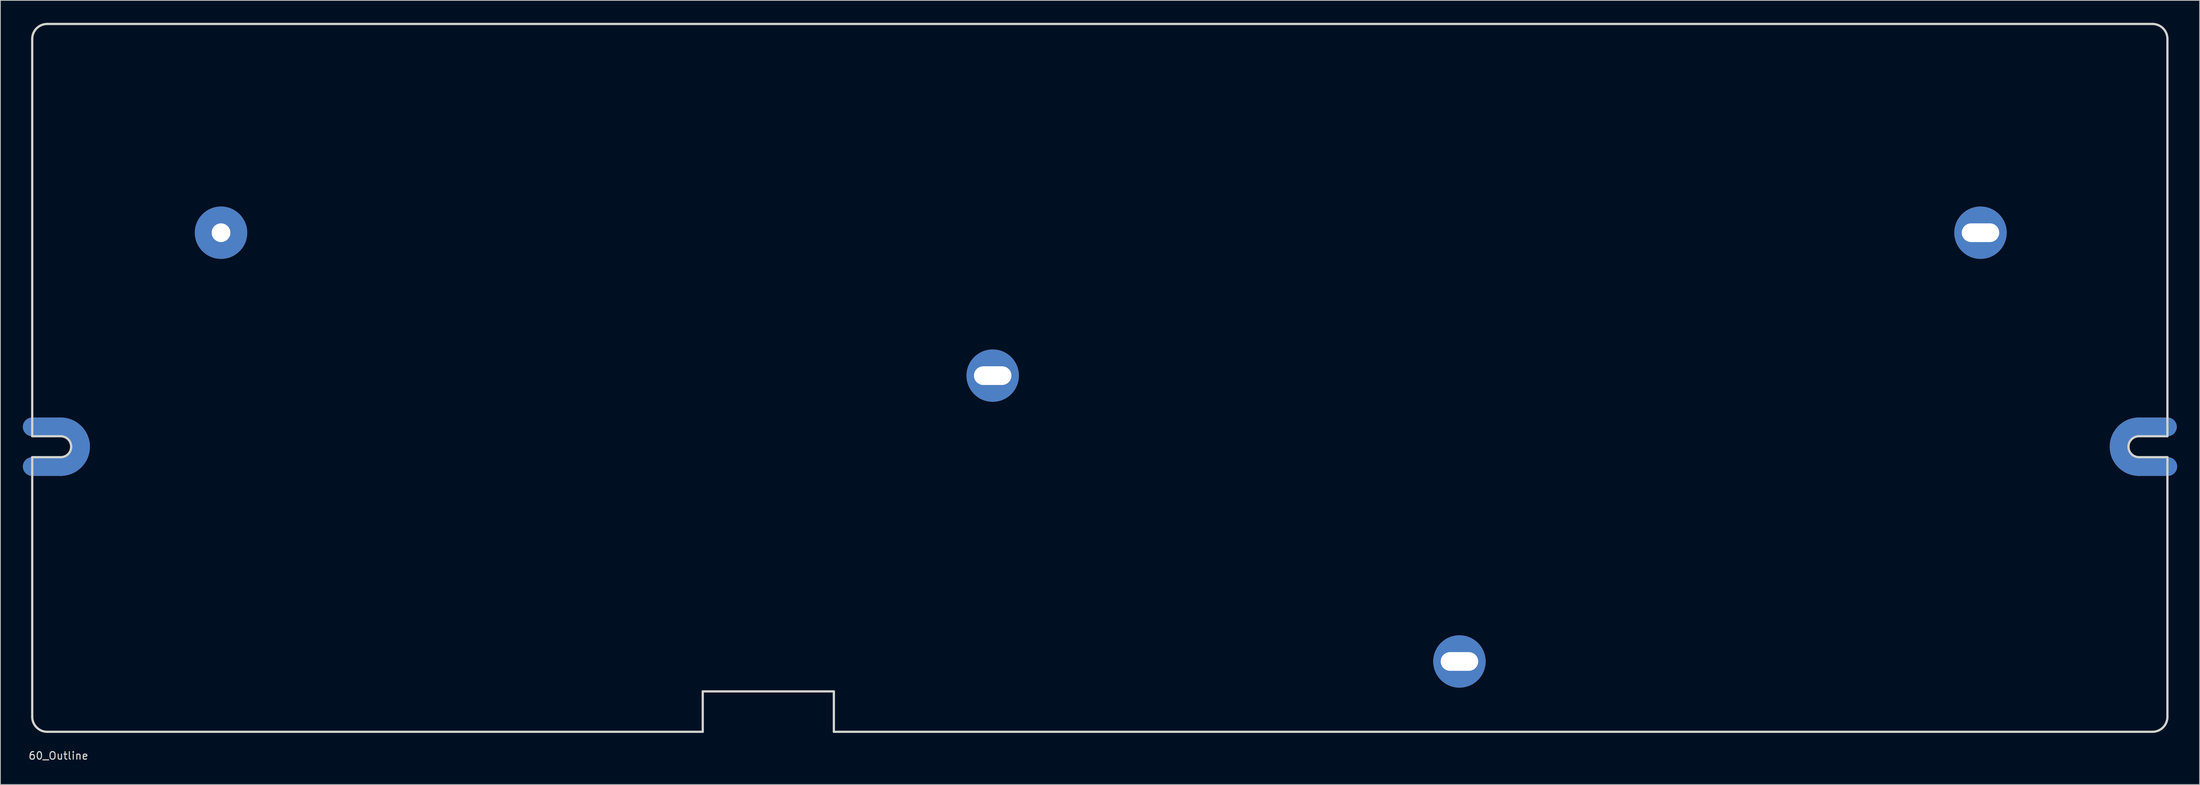
<source format=kicad_pcb>
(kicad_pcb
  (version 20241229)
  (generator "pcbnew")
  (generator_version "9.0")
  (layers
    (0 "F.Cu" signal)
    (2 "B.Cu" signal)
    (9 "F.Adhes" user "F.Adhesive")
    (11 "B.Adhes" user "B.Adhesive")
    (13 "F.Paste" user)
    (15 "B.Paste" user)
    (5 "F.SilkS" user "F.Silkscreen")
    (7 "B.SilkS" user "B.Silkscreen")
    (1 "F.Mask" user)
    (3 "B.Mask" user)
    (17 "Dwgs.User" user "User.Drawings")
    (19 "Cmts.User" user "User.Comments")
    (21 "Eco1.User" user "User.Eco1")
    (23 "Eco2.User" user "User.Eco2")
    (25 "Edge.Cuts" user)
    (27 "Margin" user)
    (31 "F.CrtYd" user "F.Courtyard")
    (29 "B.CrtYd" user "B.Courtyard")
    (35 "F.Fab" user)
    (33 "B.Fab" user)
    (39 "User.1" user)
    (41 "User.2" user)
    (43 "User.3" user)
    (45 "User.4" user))
  (footprint "60_Outline"
    (layer "F.Cu")
    (at 143.751 47.45)
    (property "Reference" "60_Outline" (at -139 50.5 0) (layer "Edge.Cuts") (effects (font (size 1 1) (thickness 0.15))))
    (attr through_hole)
    (fp_line (start -142.5 6.549) (end -138.7 6.549) (stroke (width 2.502) (type solid)) (layer "F.Cu"))
    (fp_line (start -142.5 11.851) (end -138.7 11.851) (stroke (width 2.502) (type solid)) (layer "F.Cu"))
    (fp_line (start 138.7 6.549) (end 142.5 6.549) (stroke (width 2.502) (type solid)) (layer "F.Cu"))
    (fp_line (start 138.7 11.851) (end 142.55 11.851) (stroke (width 2.502) (type solid)) (layer "F.Cu"))
    (fp_arc (start -138.7 6.54905) (mid -136.825495 7.325495) (end -136.04905 9.2) (stroke (width 2.5019) (type solid)) (layer "F.Cu"))
    (fp_arc (start -136.04905 9.2) (mid -136.825495 11.074505) (end -138.7 11.85095) (stroke (width 2.5019) (type solid)) (layer "F.Cu"))
    (fp_arc (start 136.04905 9.2) (mid 136.825495 7.325495) (end 138.7 6.54905) (stroke (width 2.5019) (type solid)) (layer "F.Cu"))
    (fp_arc (start 138.7 11.85095) (mid 136.825495 11.074505) (end 136.04905 9.2) (stroke (width 2.5019) (type solid)) (layer "F.Cu"))
    (fp_line (start -142.5 6.549) (end -138.7 6.549) (stroke (width 2.502) (type solid)) (layer "F.Mask"))
    (fp_line (start -142.5 11.851) (end -138.7 11.851) (stroke (width 2.502) (type solid)) (layer "F.Mask"))
    (fp_line (start 138.7 6.549) (end 142.5 6.549) (stroke (width 2.502) (type solid)) (layer "F.Mask"))
    (fp_line (start 138.7 11.851) (end 142.55 11.851) (stroke (width 2.502) (type solid)) (layer "F.Mask"))
    (fp_arc (start -138.7 6.54905) (mid -136.825495 7.325495) (end -136.04905 9.2) (stroke (width 2.5019) (type solid)) (layer "F.Mask"))
    (fp_arc (start -136.04905 9.2) (mid -136.825495 11.074505) (end -138.7 11.85095) (stroke (width 2.5019) (type solid)) (layer "F.Mask"))
    (fp_arc (start 136.04905 9.2) (mid 136.825495 7.325495) (end 138.7 6.54905) (stroke (width 2.5019) (type solid)) (layer "F.Mask"))
    (fp_arc (start 138.7 11.85095) (mid 136.825495 11.074505) (end 136.04905 9.2) (stroke (width 2.5019) (type solid)) (layer "F.Mask"))
    (fp_line (start -142.5 6.549) (end -138.7 6.549) (stroke (width 2.502) (type solid)) (layer "B.Cu"))
    (fp_line (start -142.5 11.851) (end -138.7 11.851) (stroke (width 2.502) (type solid)) (layer "B.Cu"))
    (fp_line (start 138.7 6.549) (end 142.5 6.549) (stroke (width 2.502) (type solid)) (layer "B.Cu"))
    (fp_line (start 138.7 11.851) (end 142.55 11.851) (stroke (width 2.502) (type solid)) (layer "B.Cu"))
    (fp_arc (start -138.7 6.54905) (mid -136.825495 7.325495) (end -136.04905 9.2) (stroke (width 2.5019) (type solid)) (layer "B.Cu"))
    (fp_arc (start -136.04905 9.2) (mid -136.825495 11.074505) (end -138.7 11.85095) (stroke (width 2.5019) (type solid)) (layer "B.Cu"))
    (fp_arc (start 136.04905 9.2) (mid 136.825495 7.325495) (end 138.7 6.54905) (stroke (width 2.5019) (type solid)) (layer "B.Cu"))
    (fp_arc (start 138.7 11.85095) (mid 136.825495 11.074505) (end 136.04905 9.2) (stroke (width 2.5019) (type solid)) (layer "B.Cu"))
    (fp_line (start -142.5 6.549) (end -138.7 6.549) (stroke (width 2.502) (type solid)) (layer "B.Mask"))
    (fp_line (start -142.5 11.851) (end -138.7 11.851) (stroke (width 2.502) (type solid)) (layer "B.Mask"))
    (fp_line (start 138.7 6.549) (end 142.5 6.549) (stroke (width 2.502) (type solid)) (layer "B.Mask"))
    (fp_line (start 138.7 11.851) (end 142.55 11.851) (stroke (width 2.502) (type solid)) (layer "B.Mask"))
    (fp_arc (start -138.7 6.54905) (mid -136.825495 7.325495) (end -136.04905 9.2) (stroke (width 2.5019) (type solid)) (layer "B.Mask"))
    (fp_arc (start -136.04905 9.2) (mid -136.825495 11.074505) (end -138.7 11.85095) (stroke (width 2.5019) (type solid)) (layer "B.Mask"))
    (fp_arc (start 136.04905 9.2) (mid 136.825495 7.325495) (end 138.7 6.54905) (stroke (width 2.5019) (type solid)) (layer "B.Mask"))
    (fp_arc (start 138.7 11.85095) (mid 136.825495 11.074505) (end 136.04905 9.2) (stroke (width 2.5019) (type solid)) (layer "B.Mask"))
    (fp_line (start -142.5 7.8) (end -142.5 -45.3) (stroke (width 0.3) (type solid)) (layer "Edge.Cuts"))
    (fp_line (start -142.5 10.6) (end -138.7 10.6) (stroke (width 0.3) (type solid)) (layer "Edge.Cuts"))
    (fp_line (start -142.5 45.3) (end -142.5 10.6) (stroke (width 0.3) (type solid)) (layer "Edge.Cuts"))
    (fp_line (start -140.5 47.3) (end -53 47.3) (stroke (width 0.3) (type solid)) (layer "Edge.Cuts"))
    (fp_line (start -138.7 7.8) (end -142.5 7.8) (stroke (width 0.3) (type solid)) (layer "Edge.Cuts"))
    (fp_line (start -53 47.3) (end -53 41.9) (stroke (width 0.3) (type default)) (layer "Edge.Cuts"))
    (fp_line (start -35.5 41.9) (end -53 41.9) (stroke (width 0.3) (type default)) (layer "Edge.Cuts"))
    (fp_line (start -35.5 47.3) (end -35.5 41.9) (stroke (width 0.3) (type default)) (layer "Edge.Cuts"))
    (fp_line (start -35.5 47.3) (end 140.5 47.3) (stroke (width 0.3) (type solid)) (layer "Edge.Cuts"))
    (fp_line (start 138.7 7.8) (end 142.5 7.8) (stroke (width 0.3) (type solid)) (layer "Edge.Cuts"))
    (fp_line (start 138.7 10.6) (end 142.5 10.6) (stroke (width 0.3) (type solid)) (layer "Edge.Cuts"))
    (fp_line (start 140.5 -47.3) (end -140.5 -47.3) (stroke (width 0.3) (type solid)) (layer "Edge.Cuts"))
    (fp_line (start 142.5 7.8) (end 142.5 -45.3) (stroke (width 0.3) (type solid)) (layer "Edge.Cuts"))
    (fp_line (start 142.5 10.6) (end 142.5 45.3) (stroke (width 0.3) (type solid)) (layer "Edge.Cuts"))
    (fp_arc (start -142.5 -45.3) (mid -141.914214 -46.714214) (end -140.5 -47.3) (stroke (width 0.3) (type solid)) (layer "Edge.Cuts"))
    (fp_arc (start -140.5 47.3) (mid -141.914214 46.714214) (end -142.5 45.3) (stroke (width 0.3) (type solid)) (layer "Edge.Cuts"))
    (fp_arc (start -138.7 7.8) (mid -137.710051 8.210051) (end -137.3 9.2) (stroke (width 0.3) (type solid)) (layer "Edge.Cuts"))
    (fp_arc (start -137.3 9.2) (mid -137.710051 10.189949) (end -138.7 10.6) (stroke (width 0.3) (type solid)) (layer "Edge.Cuts"))
    (fp_arc (start 137.3 9.2) (mid 137.710051 8.210051) (end 138.7 7.8) (stroke (width 0.3) (type solid)) (layer "Edge.Cuts"))
    (fp_arc (start 138.7 10.6) (mid 137.710051 10.189949) (end 137.3 9.2) (stroke (width 0.3) (type solid)) (layer "Edge.Cuts"))
    (fp_arc (start 140.5 -47.3) (mid 141.914214 -46.714214) (end 142.5 -45.3) (stroke (width 0.3) (type solid)) (layer "Edge.Cuts"))
    (fp_arc (start 142.5 45.3) (mid 141.914214 46.714214) (end 140.5 47.3) (stroke (width 0.3) (type solid)) (layer "Edge.Cuts"))
    (pad "1" thru_hole circle (at -117.3 -19.4) (size 7.001 7.001) (drill 2.499) (layers "*.Cu" "*.Mask"))
    (pad "1" thru_hole circle (at -14.3 -0.3) (size 7 7) (drill oval 5.001 2.499) (layers "*.Cu" "*.Mask"))
    (pad "1" thru_hole circle (at 48 37.9) (size 7 7) (drill oval 5.001 2.499) (layers "*.Cu" "*.Mask"))
    (pad "1" thru_hole circle (at 117.55 -19.4) (size 7 7) (drill oval 5.001 2.499) (layers "*.Cu" "*.Mask")))
  (gr_rect
    (start -3 -3)
    (end 290.552 101.798)
    (stroke (width 0.1) (type default))
    (fill no)
    (layer "Edge.Cuts")))
</source>
